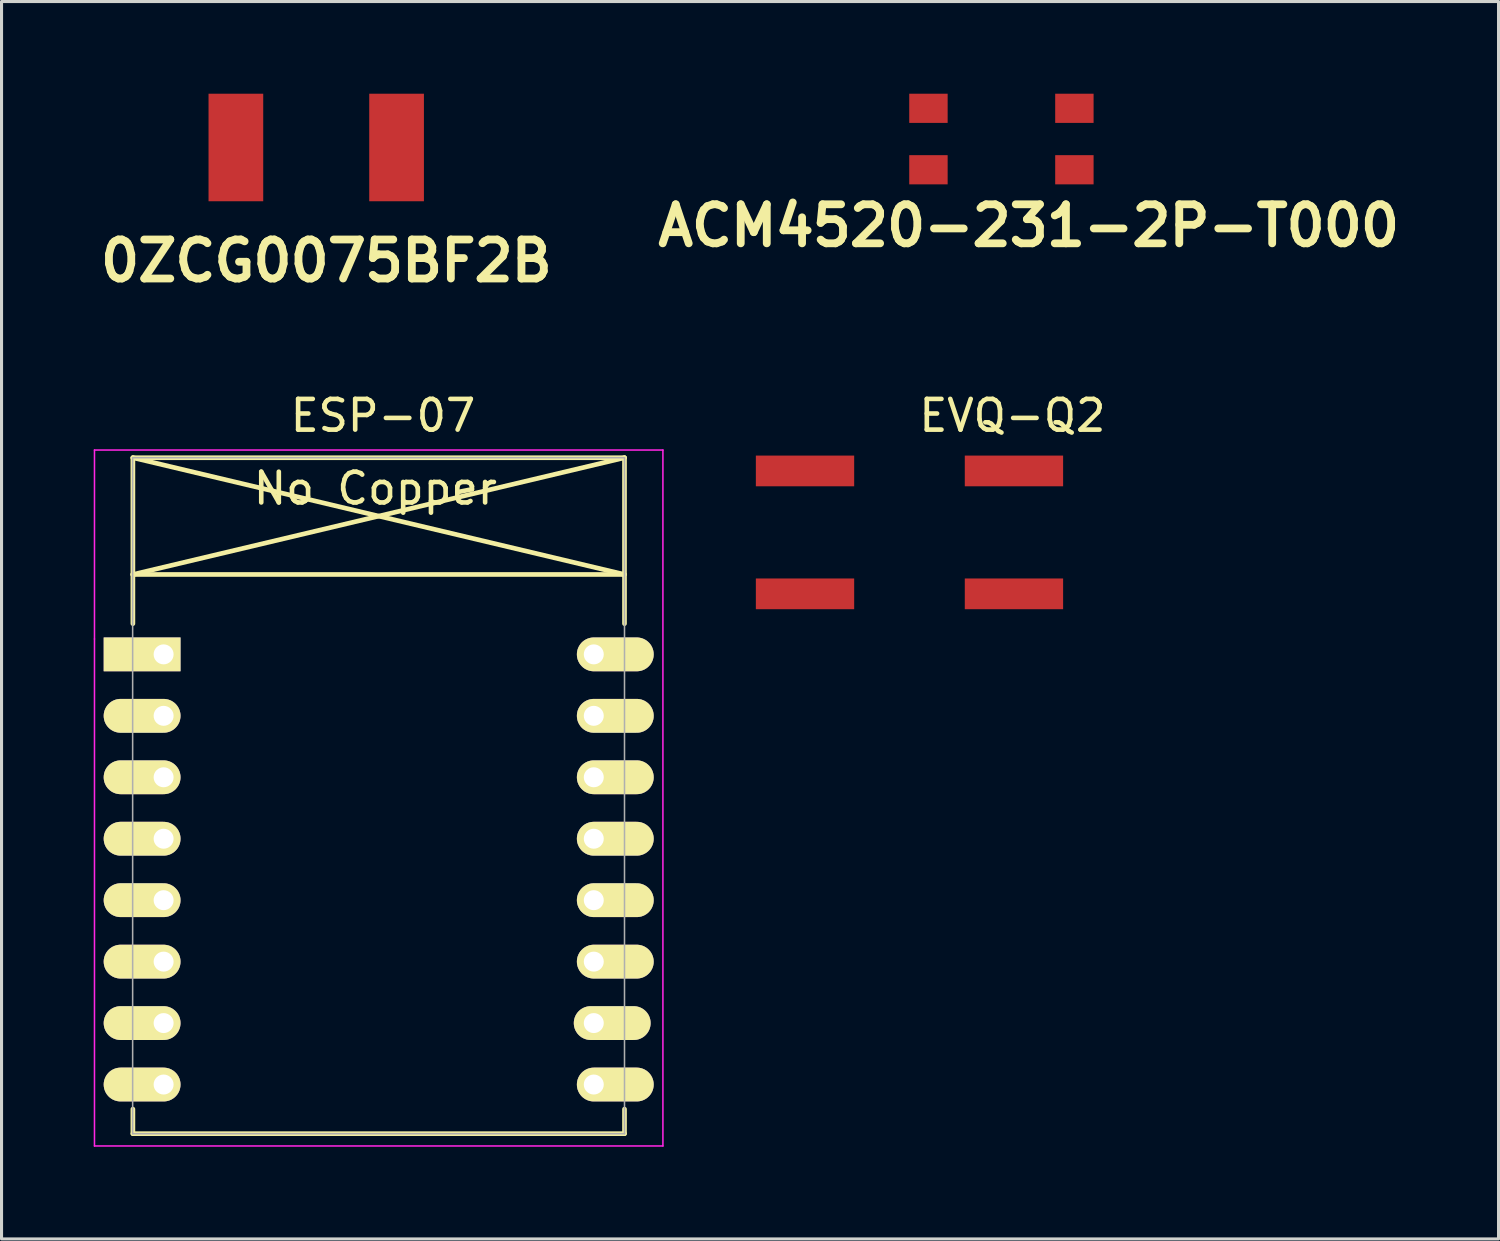
<source format=kicad_pcb>
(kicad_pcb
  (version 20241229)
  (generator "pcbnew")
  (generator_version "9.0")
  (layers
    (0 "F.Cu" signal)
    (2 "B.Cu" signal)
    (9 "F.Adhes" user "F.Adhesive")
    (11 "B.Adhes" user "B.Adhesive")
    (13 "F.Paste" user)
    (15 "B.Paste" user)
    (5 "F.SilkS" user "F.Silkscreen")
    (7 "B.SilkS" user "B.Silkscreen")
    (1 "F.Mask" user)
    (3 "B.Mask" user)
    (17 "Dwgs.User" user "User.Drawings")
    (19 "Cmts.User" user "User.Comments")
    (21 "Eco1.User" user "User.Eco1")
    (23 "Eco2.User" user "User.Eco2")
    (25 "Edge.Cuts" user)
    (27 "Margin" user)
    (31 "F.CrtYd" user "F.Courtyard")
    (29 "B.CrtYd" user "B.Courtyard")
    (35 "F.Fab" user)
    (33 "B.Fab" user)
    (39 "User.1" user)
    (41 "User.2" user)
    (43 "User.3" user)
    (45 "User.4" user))
  (footprint "0ZCG0075BF2B"
    (layer "F.Cu")
    (at 7.242 1.75)
    (property "Reference" "0ZCG0075BF2B" (at 0.33 3.69 0) (layer "F.SilkS") (effects (font (size 1.27 1.27) (thickness 0.254))))
    (attr through_hole)
    (pad "1" smd rect (at -2.615 0) (size 1.78 3.5) (layers "F.Cu" "F.Mask" "F.Paste"))
    (pad "2" smd rect (at 2.615 0) (size 1.78 3.5) (layers "F.Cu" "F.Mask" "F.Paste")))
  (footprint "ESP-07"
    (layer "F.Cu")
    (at 2.275 18.247)
    (property "Reference" "ESP-07" (at 7.14 -7.77 0) (layer "F.SilkS") (effects (font (size 1 1) (thickness 0.15))))
    (attr through_hole)
    (fp_line (start -1.008 -2.6) (end 14.992 -2.6) (stroke (width 0.152) (type solid)) (layer "F.SilkS"))
    (fp_line (start -1 -6.4) (end -1 -1) (stroke (width 0.152) (type solid)) (layer "F.SilkS"))
    (fp_line (start -1 -6.4) (end 15 -6.4) (stroke (width 0.152) (type solid)) (layer "F.SilkS"))
    (fp_line (start -1 -6.4) (end 15 -2.6) (stroke (width 0.152) (type solid)) (layer "F.SilkS"))
    (fp_line (start -1 14.8) (end -1 15.6) (stroke (width 0.152) (type solid)) (layer "F.SilkS"))
    (fp_line (start -1 15.6) (end 15 15.6) (stroke (width 0.152) (type solid)) (layer "F.SilkS"))
    (fp_line (start 15 -6.4) (end -1 -2.6) (stroke (width 0.152) (type solid)) (layer "F.SilkS"))
    (fp_line (start 15 -6.4) (end 15 -1) (stroke (width 0.152) (type solid)) (layer "F.SilkS"))
    (fp_line (start 15 15.6) (end 15 14.8) (stroke (width 0.152) (type solid)) (layer "F.SilkS"))
    (fp_line (start -2.25 -6.65) (end 16.25 -6.65) (stroke (width 0.05) (type solid)) (layer "F.CrtYd"))
    (fp_line (start -2.25 -0.5) (end -2.25 -6.65) (stroke (width 0.05) (type solid)) (layer "F.CrtYd"))
    (fp_line (start -2.25 16) (end -2.25 -0.5) (stroke (width 0.05) (type solid)) (layer "F.CrtYd"))
    (fp_line (start 16.25 -6.65) (end 16.25 16) (stroke (width 0.05) (type solid)) (layer "F.CrtYd"))
    (fp_line (start 16.25 16) (end -2.25 16) (stroke (width 0.05) (type solid)) (layer "F.CrtYd"))
    (fp_line (start -1.008 15.6) (end -1.008 -6.4) (stroke (width 0.05) (type solid)) (layer "F.Fab"))
    (fp_line (start -1 -6.4) (end 15 -6.4) (stroke (width 0.05) (type solid)) (layer "F.Fab"))
    (fp_line (start 15 -6.4) (end 15 15.6) (stroke (width 0.05) (type solid)) (layer "F.Fab"))
    (fp_line (start 15 15.6) (end -1 15.6) (stroke (width 0.05) (type solid)) (layer "F.Fab"))
    (fp_text user "No Copper" (at 6.892 -5.4 0) (layer "F.SilkS") (effects (font (size 1 1) (thickness 0.15))))
    (pad "1" thru_hole rect (at 0 0) (size 2.5 1.1) (drill 0.65 (offset -0.7 0)) (layers "*.Cu" "*.Mask" "F.SilkS" "F.Paste"))
    (pad "2" thru_hole oval (at 0 2) (size 2.5 1.1) (drill 0.65 (offset -0.7 0)) (layers "*.Cu" "*.Mask" "F.SilkS" "F.Paste"))
    (pad "3" thru_hole oval (at 0 4) (size 2.5 1.1) (drill 0.65 (offset -0.7 0)) (layers "*.Cu" "*.Mask" "F.SilkS" "F.Paste"))
    (pad "4" thru_hole oval (at 0 6) (size 2.5 1.1) (drill 0.65 (offset -0.7 0)) (layers "*.Cu" "*.Mask" "F.SilkS" "F.Paste"))
    (pad "5" thru_hole oval (at 0 8) (size 2.5 1.1) (drill 0.65 (offset -0.7 0)) (layers "*.Cu" "*.Mask" "F.SilkS" "F.Paste"))
    (pad "6" thru_hole oval (at 0 10) (size 2.5 1.1) (drill 0.65 (offset -0.7 0)) (layers "*.Cu" "*.Mask" "F.SilkS" "F.Paste"))
    (pad "7" thru_hole oval (at 0 12) (size 2.5 1.1) (drill 0.65 (offset -0.7 0)) (layers "*.Cu" "*.Mask" "F.SilkS" "F.Paste"))
    (pad "8" thru_hole oval (at 0 14) (size 2.5 1.1) (drill 0.65 (offset -0.7 0)) (layers "*.Cu" "*.Mask" "F.SilkS" "F.Paste"))
    (pad "9" thru_hole oval (at 14 14) (size 2.5 1.1) (drill 0.65 (offset 0.7 0)) (layers "*.Cu" "*.Mask" "F.SilkS" "F.Paste"))
    (pad "10" thru_hole oval (at 14 12) (size 2.5 1.1) (drill 0.65 (offset 0.6 0)) (layers "*.Cu" "*.Mask" "F.SilkS" "F.Paste"))
    (pad "11" thru_hole oval (at 14 10) (size 2.5 1.1) (drill 0.65 (offset 0.7 0)) (layers "*.Cu" "*.Mask" "F.SilkS" "F.Paste"))
    (pad "12" thru_hole oval (at 14 8) (size 2.5 1.1) (drill 0.65 (offset 0.7 0)) (layers "*.Cu" "*.Mask" "F.SilkS" "F.Paste"))
    (pad "13" thru_hole oval (at 14 6) (size 2.5 1.1) (drill 0.65 (offset 0.7 0)) (layers "*.Cu" "*.Mask" "F.SilkS" "F.Paste"))
    (pad "14" thru_hole oval (at 14 4) (size 2.5 1.1) (drill 0.65 (offset 0.7 0)) (layers "*.Cu" "*.Mask" "F.SilkS" "F.Paste"))
    (pad "15" thru_hole oval (at 14 2) (size 2.5 1.1) (drill 0.65 (offset 0.7 0)) (layers "*.Cu" "*.Mask" "F.SilkS" "F.Paste"))
    (pad "16" thru_hole oval (at 14 0) (size 2.5 1.1) (drill 0.65 (offset 0.7 0)) (layers "*.Cu" "*.Mask" "F.SilkS" "F.Paste")))
  (footprint "EVQ-Q2"
    (layer "F.Cu")
    (at 26.55 14.277)
    (property "Reference" "EVQ-Q2" (at 3.35 -3.8 0) (layer "F.SilkS") (effects (font (size 1 1) (thickness 0.15))))
    (attr through_hole)
    (pad "1" smd rect (at -3.4 -2) (size 3.2 1) (layers "F.Cu" "F.Mask" "F.Paste"))
    (pad "1" smd rect (at 3.4 -2) (size 3.2 1) (layers "F.Cu" "F.Mask" "F.Paste"))
    (pad "2" smd rect (at -3.4 2) (size 3.2 1) (layers "F.Cu" "F.Mask" "F.Paste"))
    (pad "2" smd rect (at 3.4 2) (size 3.2 1) (layers "F.Cu" "F.Mask" "F.Paste")))
  (footprint "ACM4520-231-2P-T000"
    (layer "F.Cu")
    (at 29.542 1.475)
    (property "Reference" "ACM4520-231-2P-T000" (at 0.89 2.82 0) (layer "F.SilkS") (effects (font (size 1.27 1.27) (thickness 0.254))))
    (attr through_hole)
    (pad "1" smd rect (at -2.375 -1) (size 1.25 0.95) (layers "F.Cu" "F.Mask" "F.Paste"))
    (pad "2" smd rect (at -2.375 1) (size 1.25 0.95) (layers "F.Cu" "F.Mask" "F.Paste"))
    (pad "3" smd rect (at 2.375 1) (size 1.25 0.95) (layers "F.Cu" "F.Mask" "F.Paste"))
    (pad "4" smd rect (at 2.375 -1) (size 1.25 0.95) (layers "F.Cu" "F.Mask" "F.Paste")))
  (gr_rect
    (start -3 -3)
    (end 45.721 37.272)
    (stroke (width 0.1) (type default))
    (fill no)
    (layer "Edge.Cuts")))
</source>
